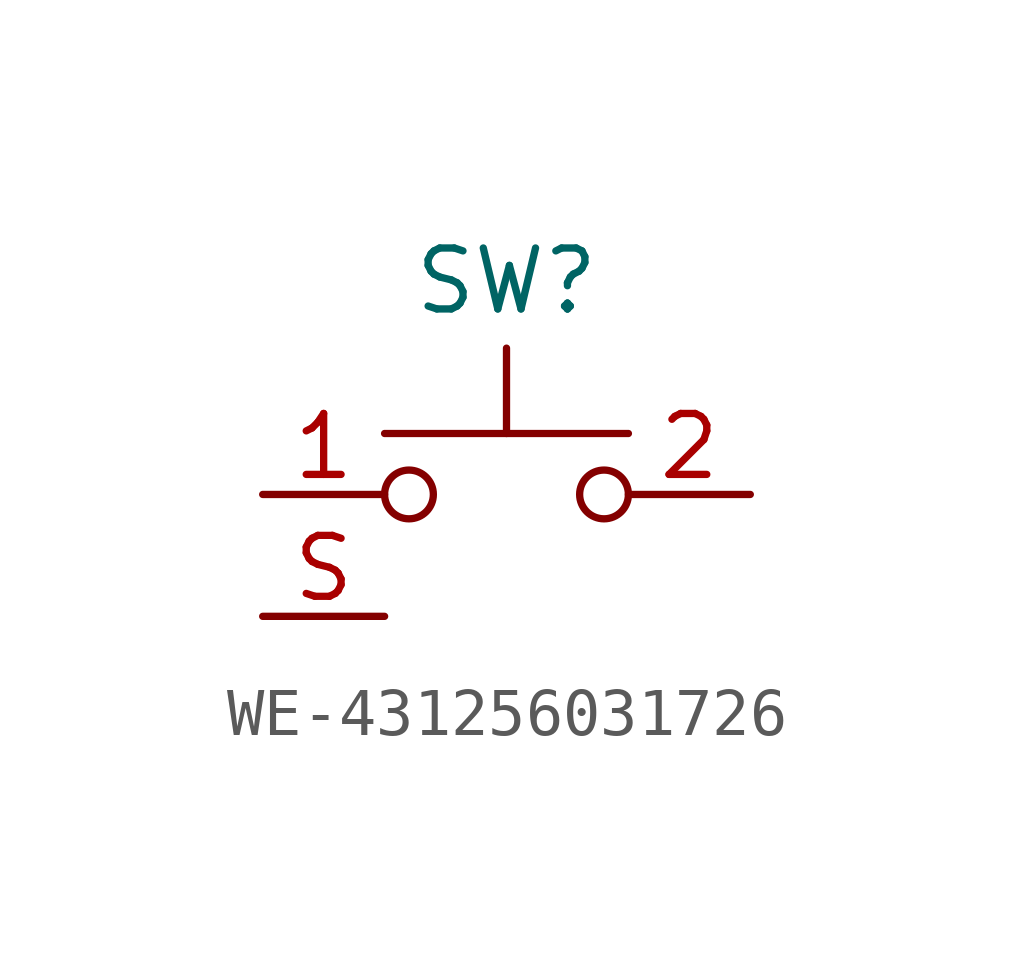
<source format=kicad_sym>
(kicad_symbol_lib
  (version 20220914)
  (generator kicad_symbol_editor)
  (symbol "WE-431256031726"
    (property "Reference" "SW"
      (at 0 3.175 0)
      (effects (font (size 1.27 1.27))))
    (symbol "WE-431256031726_0_1"
      (circle (center -2.032 -1.27) (radius 0.508) (stroke (width 0) (type default)) (fill (type none)))
      (polyline (pts (xy 0 0) (xy 0 1.778)) (stroke (width 0) (type default)) (fill (type none)))
      (polyline (pts (xy 2.54 0) (xy -2.54 0)) (stroke (width 0) (type default)) (fill (type none)))
      (circle (center 2.032 -1.27) (radius 0.508) (stroke (width 0) (type default)) (fill (type none))))
    (symbol "WE-431256031726_1_1"
      (pin passive line (at -5.08 -1.27 0) (length 2.54) (name "" (effects (font (size 1.27 1.27)))) (number "1" (effects (font (size 1.27 1.27)))))
      (pin passive line (at 5.08 -1.27 180) (length 2.54) (name "" (effects (font (size 1.27 1.27)))) (number "2" (effects (font (size 1.27 1.27)))))
      (pin passive line (at -5.08 -3.81 0) (length 2.54) (name "" (effects (font (size 1.27 1.27)))) (number "S" (effects (font (size 1.27 1.27))))))))
</source>
